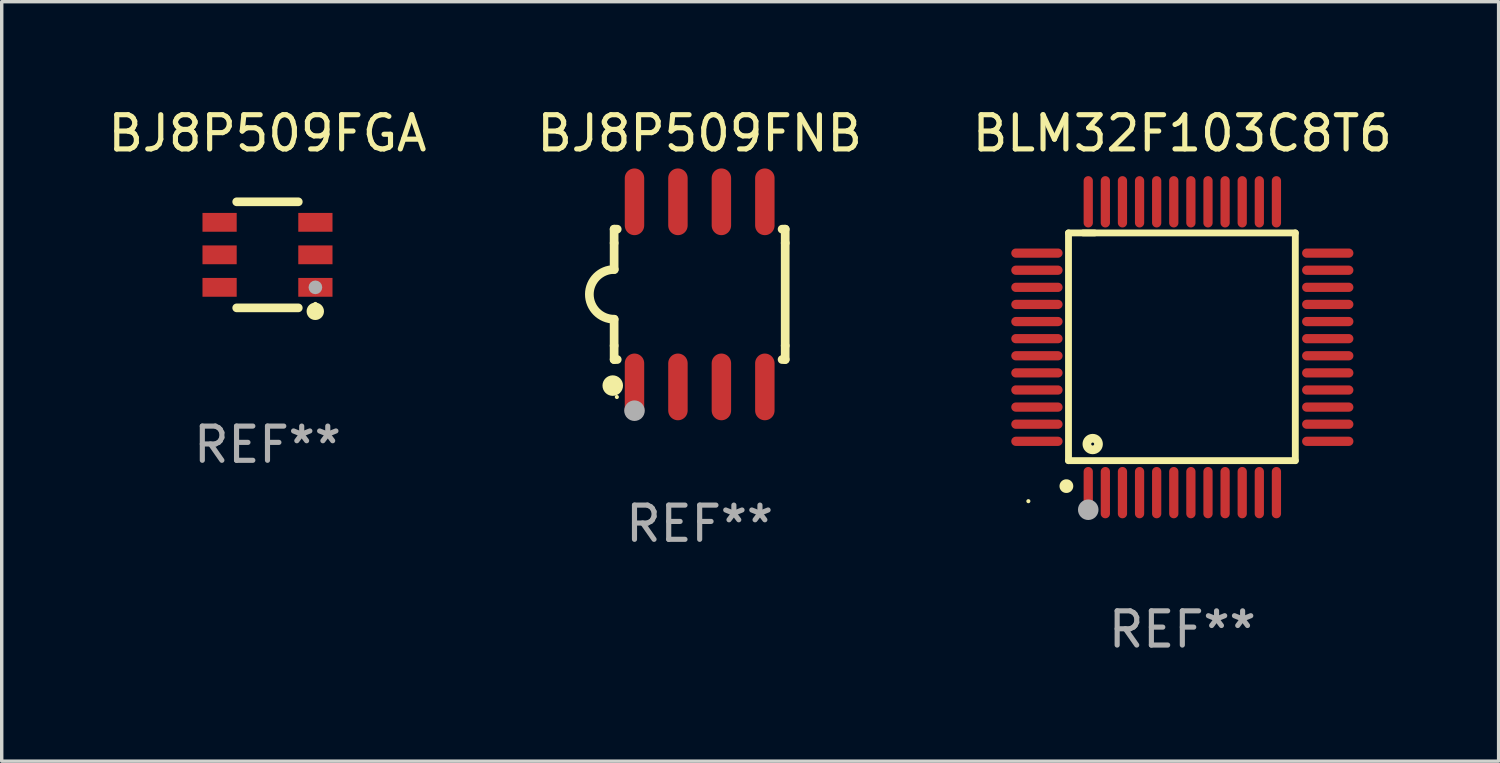
<source format=kicad_pcb>
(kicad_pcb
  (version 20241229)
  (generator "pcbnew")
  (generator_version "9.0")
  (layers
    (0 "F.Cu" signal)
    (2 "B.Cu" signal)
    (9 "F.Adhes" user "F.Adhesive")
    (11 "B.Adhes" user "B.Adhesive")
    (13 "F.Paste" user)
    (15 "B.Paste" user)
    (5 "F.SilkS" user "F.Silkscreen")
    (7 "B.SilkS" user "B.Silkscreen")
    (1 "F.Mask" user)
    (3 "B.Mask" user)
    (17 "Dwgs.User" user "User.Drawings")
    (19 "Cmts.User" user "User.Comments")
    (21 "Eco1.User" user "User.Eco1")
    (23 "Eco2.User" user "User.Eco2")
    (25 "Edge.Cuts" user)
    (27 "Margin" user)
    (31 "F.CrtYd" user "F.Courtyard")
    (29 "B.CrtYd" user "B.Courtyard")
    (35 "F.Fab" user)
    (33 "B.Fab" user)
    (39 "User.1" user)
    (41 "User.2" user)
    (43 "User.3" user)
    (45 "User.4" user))
  (footprint "BLM32F103C8T6"
    (layer "F.Cu")
    (at 31.506 7.098)
    (property "Reference" "BLM32F103C8T6" (at 0 -6.25 0) (layer "F.SilkS") (effects (font (size 1 1) (thickness 0.15))))
    (attr through_hole)
    (fp_line (start -3.327 -3.34) (end -2.565 -3.34) (stroke (width 0.2) (type solid)) (layer "F.SilkS"))
    (fp_line (start -3.327 3.315) (end -3.327 -3.34) (stroke (width 0.2) (type solid)) (layer "F.SilkS"))
    (fp_line (start -2.896 -3.34) (end 3.302 -3.34) (stroke (width 0.2) (type solid)) (layer "F.SilkS"))
    (fp_line (start 3.302 -3.34) (end 3.302 3.315) (stroke (width 0.2) (type solid)) (layer "F.SilkS"))
    (fp_line (start 3.302 3.315) (end -3.327 3.315) (stroke (width 0.2) (type solid)) (layer "F.SilkS"))
    (fp_arc (start -3.389992 4.059995) (mid -3.388722 4.059991) (end -3.387452 4.059995) (stroke (width 0.4) (type solid)) (layer "F.SilkS"))
    (fp_circle (center -4.5 4.5) (end -4.47 4.5) (stroke (width 0.06) (type solid)) (fill no) (layer "F.SilkS"))
    (fp_circle (center -2.62 2.83) (end -2.45 2.83) (stroke (width 0.254) (type solid)) (fill no) (layer "F.SilkS"))
    (fp_circle (center -2.75 4.75) (end -2.6 4.75) (stroke (width 0.3) (type solid)) (fill no) (layer "F.Fab"))
    (fp_text user "REF**" (at 0 8.25 0) (layer "F.Fab") (effects (font (size 1 1) (thickness 0.15))))
    (pad "1" smd oval (at -2.75 4.25) (size 0.27 1.5) (layers "F.Cu" "F.Mask" "F.Paste"))
    (pad "2" smd oval (at -2.25 4.25) (size 0.27 1.5) (layers "F.Cu" "F.Mask" "F.Paste"))
    (pad "3" smd oval (at -1.75 4.25) (size 0.27 1.5) (layers "F.Cu" "F.Mask" "F.Paste"))
    (pad "4" smd oval (at -1.25 4.25) (size 0.27 1.5) (layers "F.Cu" "F.Mask" "F.Paste"))
    (pad "5" smd oval (at -0.75 4.25) (size 0.27 1.5) (layers "F.Cu" "F.Mask" "F.Paste"))
    (pad "6" smd oval (at -0.25 4.25) (size 0.27 1.5) (layers "F.Cu" "F.Mask" "F.Paste"))
    (pad "7" smd oval (at 0.25 4.25) (size 0.27 1.5) (layers "F.Cu" "F.Mask" "F.Paste"))
    (pad "8" smd oval (at 0.75 4.25) (size 0.27 1.5) (layers "F.Cu" "F.Mask" "F.Paste"))
    (pad "9" smd oval (at 1.25 4.25) (size 0.27 1.5) (layers "F.Cu" "F.Mask" "F.Paste"))
    (pad "10" smd oval (at 1.75 4.25) (size 0.27 1.5) (layers "F.Cu" "F.Mask" "F.Paste"))
    (pad "11" smd oval (at 2.25 4.25) (size 0.27 1.5) (layers "F.Cu" "F.Mask" "F.Paste"))
    (pad "12" smd oval (at 2.75 4.25) (size 0.27 1.5) (layers "F.Cu" "F.Mask" "F.Paste"))
    (pad "13" smd oval (at 4.25 2.75) (size 1.5 0.27) (layers "F.Cu" "F.Mask" "F.Paste"))
    (pad "14" smd oval (at 4.25 2.25) (size 1.5 0.27) (layers "F.Cu" "F.Mask" "F.Paste"))
    (pad "15" smd oval (at 4.25 1.75) (size 1.5 0.27) (layers "F.Cu" "F.Mask" "F.Paste"))
    (pad "16" smd oval (at 4.25 1.25) (size 1.5 0.27) (layers "F.Cu" "F.Mask" "F.Paste"))
    (pad "17" smd oval (at 4.25 0.75) (size 1.5 0.27) (layers "F.Cu" "F.Mask" "F.Paste"))
    (pad "18" smd oval (at 4.25 0.25) (size 1.5 0.27) (layers "F.Cu" "F.Mask" "F.Paste"))
    (pad "19" smd oval (at 4.25 -0.25) (size 1.5 0.27) (layers "F.Cu" "F.Mask" "F.Paste"))
    (pad "20" smd oval (at 4.25 -0.75) (size 1.5 0.27) (layers "F.Cu" "F.Mask" "F.Paste"))
    (pad "21" smd oval (at 4.25 -1.25) (size 1.5 0.27) (layers "F.Cu" "F.Mask" "F.Paste"))
    (pad "22" smd oval (at 4.25 -1.75) (size 1.5 0.27) (layers "F.Cu" "F.Mask" "F.Paste"))
    (pad "23" smd oval (at 4.25 -2.25) (size 1.5 0.27) (layers "F.Cu" "F.Mask" "F.Paste"))
    (pad "24" smd oval (at 4.25 -2.75) (size 1.5 0.27) (layers "F.Cu" "F.Mask" "F.Paste"))
    (pad "25" smd oval (at 2.75 -4.25) (size 0.27 1.5) (layers "F.Cu" "F.Mask" "F.Paste"))
    (pad "26" smd oval (at 2.25 -4.25) (size 0.27 1.5) (layers "F.Cu" "F.Mask" "F.Paste"))
    (pad "27" smd oval (at 1.75 -4.25) (size 0.27 1.5) (layers "F.Cu" "F.Mask" "F.Paste"))
    (pad "28" smd oval (at 1.25 -4.25) (size 0.27 1.5) (layers "F.Cu" "F.Mask" "F.Paste"))
    (pad "29" smd oval (at 0.75 -4.25) (size 0.27 1.5) (layers "F.Cu" "F.Mask" "F.Paste"))
    (pad "30" smd oval (at 0.25 -4.25) (size 0.27 1.5) (layers "F.Cu" "F.Mask" "F.Paste"))
    (pad "31" smd oval (at -0.25 -4.25) (size 0.27 1.5) (layers "F.Cu" "F.Mask" "F.Paste"))
    (pad "32" smd oval (at -0.75 -4.25) (size 0.27 1.5) (layers "F.Cu" "F.Mask" "F.Paste"))
    (pad "33" smd oval (at -1.25 -4.25) (size 0.27 1.5) (layers "F.Cu" "F.Mask" "F.Paste"))
    (pad "34" smd oval (at -1.75 -4.25) (size 0.27 1.5) (layers "F.Cu" "F.Mask" "F.Paste"))
    (pad "35" smd oval (at -2.25 -4.25) (size 0.27 1.5) (layers "F.Cu" "F.Mask" "F.Paste"))
    (pad "36" smd oval (at -2.75 -4.25) (size 0.27 1.5) (layers "F.Cu" "F.Mask" "F.Paste"))
    (pad "37" smd oval (at -4.25 -2.75) (size 1.5 0.27) (layers "F.Cu" "F.Mask" "F.Paste"))
    (pad "38" smd oval (at -4.25 -2.25) (size 1.5 0.27) (layers "F.Cu" "F.Mask" "F.Paste"))
    (pad "39" smd oval (at -4.25 -1.75) (size 1.5 0.27) (layers "F.Cu" "F.Mask" "F.Paste"))
    (pad "40" smd oval (at -4.25 -1.25) (size 1.5 0.27) (layers "F.Cu" "F.Mask" "F.Paste"))
    (pad "41" smd oval (at -4.25 -0.75) (size 1.5 0.27) (layers "F.Cu" "F.Mask" "F.Paste"))
    (pad "42" smd oval (at -4.25 -0.25) (size 1.5 0.27) (layers "F.Cu" "F.Mask" "F.Paste"))
    (pad "43" smd oval (at -4.25 0.25) (size 1.5 0.27) (layers "F.Cu" "F.Mask" "F.Paste"))
    (pad "44" smd oval (at -4.25 0.75) (size 1.5 0.27) (layers "F.Cu" "F.Mask" "F.Paste"))
    (pad "45" smd oval (at -4.25 1.25) (size 1.5 0.27) (layers "F.Cu" "F.Mask" "F.Paste"))
    (pad "46" smd oval (at -4.25 1.75) (size 1.5 0.27) (layers "F.Cu" "F.Mask" "F.Paste"))
    (pad "47" smd oval (at -4.25 2.25) (size 1.5 0.27) (layers "F.Cu" "F.Mask" "F.Paste"))
    (pad "48" smd oval (at -4.25 2.75) (size 1.5 0.27) (layers "F.Cu" "F.Mask" "F.Paste")))
  (footprint "BJ8P509FNB"
    (layer "F.Cu")
    (at 17.399 5.553)
    (property "Reference" "BJ8P509FNB" (at 0 -4.705 0) (layer "F.SilkS") (effects (font (size 1 1) (thickness 0.15))))
    (attr through_hole)
    (fp_line (start -2.5 -1.905) (end -2.409 -1.905) (stroke (width 0.254) (type solid)) (layer "F.SilkS"))
    (fp_line (start -2.5 -1.5) (end -2.5 -1.905) (stroke (width 0.254) (type solid)) (layer "F.SilkS"))
    (fp_line (start -2.5 -1.5) (end -2.5 -0.726) (stroke (width 0.254) (type solid)) (layer "F.SilkS"))
    (fp_line (start -2.5 1.5) (end -2.5 0.727) (stroke (width 0.254) (type solid)) (layer "F.SilkS"))
    (fp_line (start -2.5 1.5) (end -2.5 1.905) (stroke (width 0.254) (type solid)) (layer "F.SilkS"))
    (fp_line (start -2.5 1.905) (end -2.409 1.905) (stroke (width 0.254) (type solid)) (layer "F.SilkS"))
    (fp_line (start 2.5 -1.905) (end 2.409 -1.905) (stroke (width 0.254) (type solid)) (layer "F.SilkS"))
    (fp_line (start 2.5 -1.5) (end 2.5 -1.905) (stroke (width 0.254) (type solid)) (layer "F.SilkS"))
    (fp_line (start 2.5 -1.5) (end 2.5 1.5) (stroke (width 0.254) (type solid)) (layer "F.SilkS"))
    (fp_line (start 2.5 1.5) (end 2.5 1.905) (stroke (width 0.254) (type solid)) (layer "F.SilkS"))
    (fp_line (start 2.5 1.905) (end 2.409 1.905) (stroke (width 0.254) (type solid)) (layer "F.SilkS"))
    (fp_arc (start -2.5 0.726568) (mid -3.220316 -0.0023) (end -2.495097 -0.726289) (stroke (width 0.254001) (type solid)) (layer "F.SilkS"))
    (fp_circle (center -2.54 2.667) (end -2.39 2.667) (stroke (width 0.3) (type solid)) (fill no) (layer "F.SilkS"))
    (fp_circle (center -2.42 3) (end -2.39 3) (stroke (width 0.06) (type solid)) (fill no) (layer "F.SilkS"))
    (fp_circle (center -1.905 3.4) (end -1.755 3.4) (stroke (width 0.3) (type solid)) (fill no) (layer "F.Fab"))
    (fp_text user "REF**" (at 0 6.705 0) (layer "F.Fab") (effects (font (size 1 1) (thickness 0.15))))
    (pad "1" smd oval (at -1.905 2.705) (size 0.568 1.95) (layers "F.Cu" "F.Mask" "F.Paste"))
    (pad "2" smd oval (at -0.635 2.705) (size 0.568 1.95) (layers "F.Cu" "F.Mask" "F.Paste"))
    (pad "3" smd oval (at 0.635 2.705) (size 0.568 1.95) (layers "F.Cu" "F.Mask" "F.Paste"))
    (pad "4" smd oval (at 1.905 2.705) (size 0.568 1.95) (layers "F.Cu" "F.Mask" "F.Paste"))
    (pad "5" smd oval (at 1.905 -2.705) (size 0.568 1.95) (layers "F.Cu" "F.Mask" "F.Paste"))
    (pad "6" smd oval (at 0.635 -2.705) (size 0.568 1.95) (layers "F.Cu" "F.Mask" "F.Paste"))
    (pad "7" smd oval (at -0.635 -2.705) (size 0.568 1.95) (layers "F.Cu" "F.Mask" "F.Paste"))
    (pad "8" smd oval (at -1.905 -2.705) (size 0.568 1.95) (layers "F.Cu" "F.Mask" "F.Paste")))
  (footprint "BJ8P509FGA"
    (layer "F.Cu")
    (at 4.768 4.398)
    (property "Reference" "BJ8P509FGA" (at 0 -3.55 0) (layer "F.SilkS") (effects (font (size 1 1) (thickness 0.15))))
    (attr through_hole)
    (fp_line (start -0.9 -1.55) (end 0.9 -1.55) (stroke (width 0.254) (type solid)) (layer "F.SilkS"))
    (fp_line (start -0.9 1.55) (end 0.9 1.55) (stroke (width 0.254) (type solid)) (layer "F.SilkS"))
    (fp_circle (center 1.397 1.651) (end 1.524 1.651) (stroke (width 0.254) (type solid)) (fill no) (layer "F.SilkS"))
    (fp_circle (center 1.4 1.435) (end 1.43 1.435) (stroke (width 0.06) (type solid)) (fill no) (layer "F.SilkS"))
    (fp_circle (center 1.4 0.95) (end 1.5 0.95) (stroke (width 0.2) (type solid)) (fill no) (layer "F.Fab"))
    (fp_text user "REF**" (at 0 5.55 0) (layer "F.Fab") (effects (font (size 1 1) (thickness 0.15))))
    (pad "1" smd rect (at 1.4 0.95) (size 1 0.55) (layers "F.Cu" "F.Mask" "F.Paste"))
    (pad "2" smd rect (at 1.4 -0.000102) (size 1 0.55) (layers "F.Cu" "F.Mask" "F.Paste"))
    (pad "3" smd rect (at 1.4 -0.95) (size 1 0.55) (layers "F.Cu" "F.Mask" "F.Paste"))
    (pad "4" smd rect (at -1.4 -0.95) (size 1 0.55) (layers "F.Cu" "F.Mask" "F.Paste"))
    (pad "5" smd rect (at -1.4 -0.000102) (size 1 0.55) (layers "F.Cu" "F.Mask" "F.Paste"))
    (pad "6" smd rect (at -1.4 0.95) (size 1 0.55) (layers "F.Cu" "F.Mask" "F.Paste")))
  (gr_rect
    (start -3 -3)
    (end 40.75 19.196)
    (stroke (width 0.1) (type default))
    (fill no)
    (layer "Edge.Cuts")))
</source>
